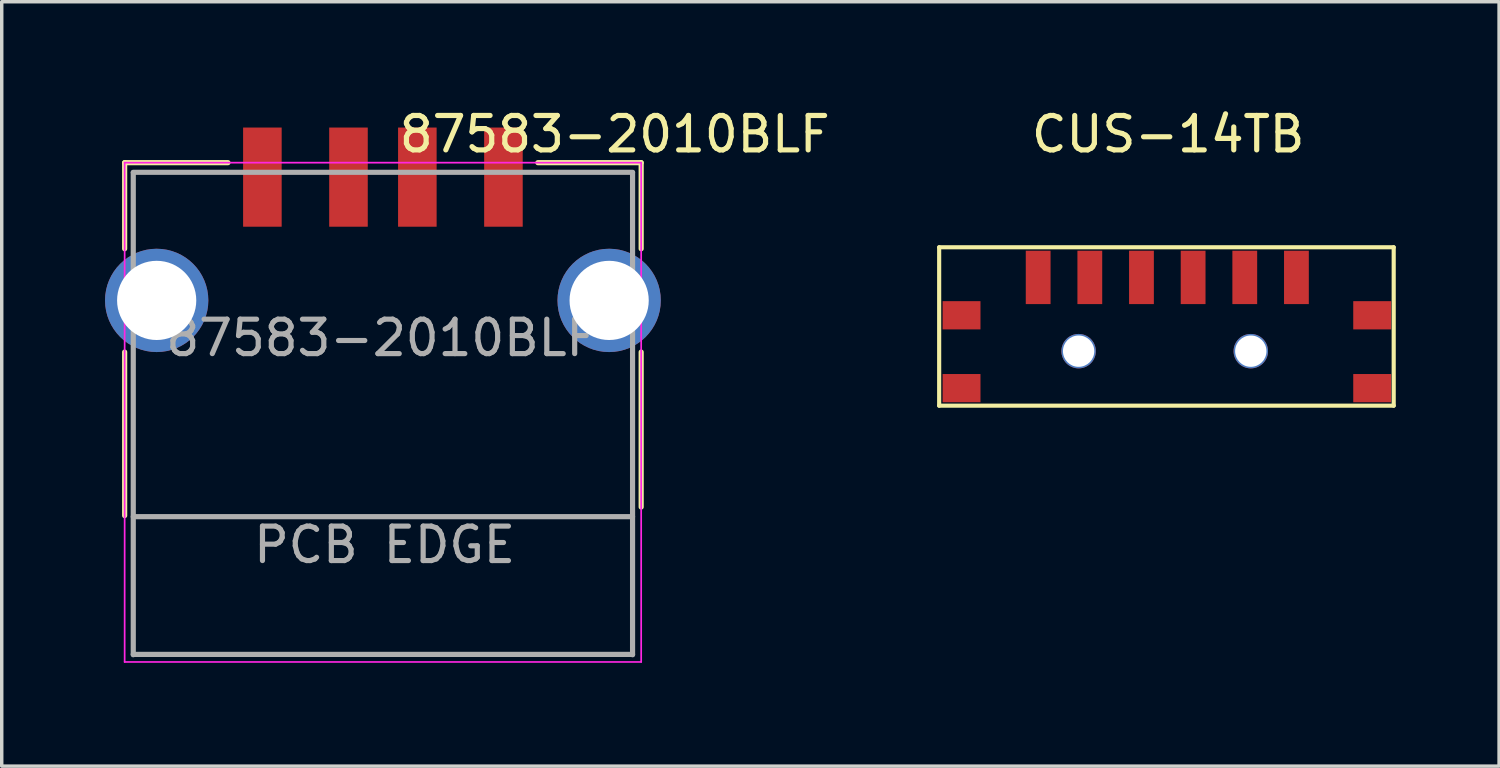
<source format=kicad_pcb>
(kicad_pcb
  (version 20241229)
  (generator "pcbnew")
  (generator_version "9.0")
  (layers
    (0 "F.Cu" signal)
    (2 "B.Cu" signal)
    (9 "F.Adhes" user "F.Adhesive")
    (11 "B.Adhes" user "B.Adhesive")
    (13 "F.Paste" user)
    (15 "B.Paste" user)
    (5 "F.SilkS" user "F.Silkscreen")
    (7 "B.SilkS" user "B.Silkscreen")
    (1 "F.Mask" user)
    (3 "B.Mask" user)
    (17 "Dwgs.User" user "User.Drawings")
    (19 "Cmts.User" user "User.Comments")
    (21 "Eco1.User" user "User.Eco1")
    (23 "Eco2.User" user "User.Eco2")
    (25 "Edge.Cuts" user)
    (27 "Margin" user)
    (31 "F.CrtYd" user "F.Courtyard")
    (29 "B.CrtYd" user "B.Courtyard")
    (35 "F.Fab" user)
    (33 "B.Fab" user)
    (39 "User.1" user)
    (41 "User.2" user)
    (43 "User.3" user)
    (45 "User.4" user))
  (footprint "CUS-14TB"
    (layer "F.Cu")
    (at 30.874 0.348)
    (property "Reference" "CUS-14TB" (at 0 0.5 0) (layer "F.SilkS") (effects (font (size 1 1) (thickness 0.15))))
    (attr through_hole)
    (fp_line (start -6.65 3.783) (end -6.65 8.383) (stroke (width 0.12) (type solid)) (layer "F.SilkS"))
    (fp_line (start 6.55 3.783) (end -6.65 3.783) (stroke (width 0.12) (type solid)) (layer "F.SilkS"))
    (fp_line (start 6.55 8.383) (end -6.65 8.383) (stroke (width 0.12) (type solid)) (layer "F.SilkS"))
    (fp_line (start 6.55 8.383) (end 6.55 3.783) (stroke (width 0.12) (type solid)) (layer "F.SilkS"))
    (pad "" smd rect (at -6 5.758) (size 1.1 0.82) (layers "F.Cu" "F.Mask" "F.Paste"))
    (pad "" smd rect (at -6 7.874) (size 1.1 0.82) (layers "F.Cu" "F.Mask" "F.Paste"))
    (pad "" thru_hole circle (at -2.6 6.8) (size 1 1) (drill 0.91) (layers "*.Cu" "*.Mask"))
    (pad "" thru_hole circle (at 2.4 6.8) (size 1 1) (drill 0.91) (layers "*.Cu" "*.Mask"))
    (pad "" smd rect (at 5.925 5.758) (size 1.1 0.82) (layers "F.Cu" "F.Mask" "F.Paste"))
    (pad "" smd rect (at 5.925 7.874) (size 1.1 0.82) (layers "F.Cu" "F.Mask" "F.Paste"))
    (pad "1" smd rect (at -3.775 4.658) (size 0.72 1.55) (layers "F.Cu" "F.Mask" "F.Paste"))
    (pad "2" smd rect (at -2.275 4.658) (size 0.72 1.55) (layers "F.Cu" "F.Mask" "F.Paste"))
    (pad "3" smd rect (at -0.775 4.658) (size 0.72 1.55) (layers "F.Cu" "F.Mask" "F.Paste"))
    (pad "4" smd rect (at 0.725 4.658) (size 0.72 1.55) (layers "F.Cu" "F.Mask" "F.Paste"))
    (pad "5" smd rect (at 2.225 4.658) (size 0.72 1.55) (layers "F.Cu" "F.Mask" "F.Paste"))
    (pad "6" smd rect (at 3.725 4.658) (size 0.72 1.55) (layers "F.Cu" "F.Mask" "F.Paste")))
  (footprint "87583-2010BLF"
    (layer "F.Cu")
    (at 8.07 5.674)
    (property "Reference" "87583-2010BLF" (at 6.731 -4.826 0) (layer "F.SilkS") (effects (font (size 1 1) (thickness 0.15))))
    (attr through_hole)
    (fp_line (start -7.5 -4) (end -4.5 -4) (stroke (width 0.15) (type solid)) (layer "F.SilkS"))
    (fp_line (start -7.5 -1.5) (end -7.5 -4) (stroke (width 0.15) (type solid)) (layer "F.SilkS"))
    (fp_line (start -7.5 6.25) (end -7.5 1.5) (stroke (width 0.15) (type solid)) (layer "F.SilkS"))
    (fp_line (start 4.5 -4) (end 7.5 -4) (stroke (width 0.15) (type solid)) (layer "F.SilkS"))
    (fp_line (start 7.5 -4) (end 7.5 -1.5) (stroke (width 0.15) (type solid)) (layer "F.SilkS"))
    (fp_line (start 7.5 1.5) (end 7.5 6) (stroke (width 0.15) (type solid)) (layer "F.SilkS"))
    (fp_line (start -7.5 10.5) (end -7.5 -4) (stroke (width 0.05) (type solid)) (layer "F.CrtYd"))
    (fp_line (start -7.5 10.5) (end 7.5 10.5) (stroke (width 0.05) (type solid)) (layer "F.CrtYd"))
    (fp_line (start 7.5 -4) (end -7.5 -4) (stroke (width 0.05) (type solid)) (layer "F.CrtYd"))
    (fp_line (start 7.5 10.5) (end 7.5 -4) (stroke (width 0.05) (type solid)) (layer "F.CrtYd"))
    (fp_line (start -7.25 -3.72) (end 7.25 -3.72) (stroke (width 0.15) (type solid)) (layer "F.Fab"))
    (fp_line (start -7.25 6.28) (end 7.25 6.28) (stroke (width 0.15) (type solid)) (layer "F.Fab"))
    (fp_line (start -7.25 10.29) (end -7.25 -3.71) (stroke (width 0.15) (type solid)) (layer "F.Fab"))
    (fp_line (start 7.25 -3.71) (end 7.25 10.29) (stroke (width 0.15) (type solid)) (layer "F.Fab"))
    (fp_line (start 7.25 10.28) (end -7.25 10.28) (stroke (width 0.15) (type solid)) (layer "F.Fab"))
    (fp_text user "PCB EDGE" (at 0.05 7.1 0) (layer "F.Fab") (effects (font (size 1 1) (thickness 0.15))))
    (fp_text user "${REFERENCE}" (at -0.05 1.09 0) (layer "F.Fab") (effects (font (size 1 1) (thickness 0.15))))
    (pad "1" smd rect (at -3.5 -3.58) (size 1.12 2.88) (layers "F.Cu" "F.Mask" "F.Paste"))
    (pad "2" smd rect (at -1 -3.58) (size 1.12 2.88) (layers "F.Cu" "F.Mask" "F.Paste"))
    (pad "3" smd rect (at 1 -3.58) (size 1.12 2.88) (layers "F.Cu" "F.Mask" "F.Paste"))
    (pad "4" smd rect (at 3.5 -3.58) (size 1.12 2.88) (layers "F.Cu" "F.Mask" "F.Paste"))
    (pad "5" thru_hole circle (at -6.57 0) (size 3 3) (drill 2.3) (layers "*.Cu" "*.Mask"))
    (pad "5" thru_hole circle (at 6.57 0) (size 3 3) (drill 2.3) (layers "*.Cu" "*.Mask")))
  (gr_rect
    (start -3 -3)
    (end 40.484 19.199)
    (stroke (width 0.1) (type default))
    (fill no)
    (layer "Edge.Cuts")))
</source>
